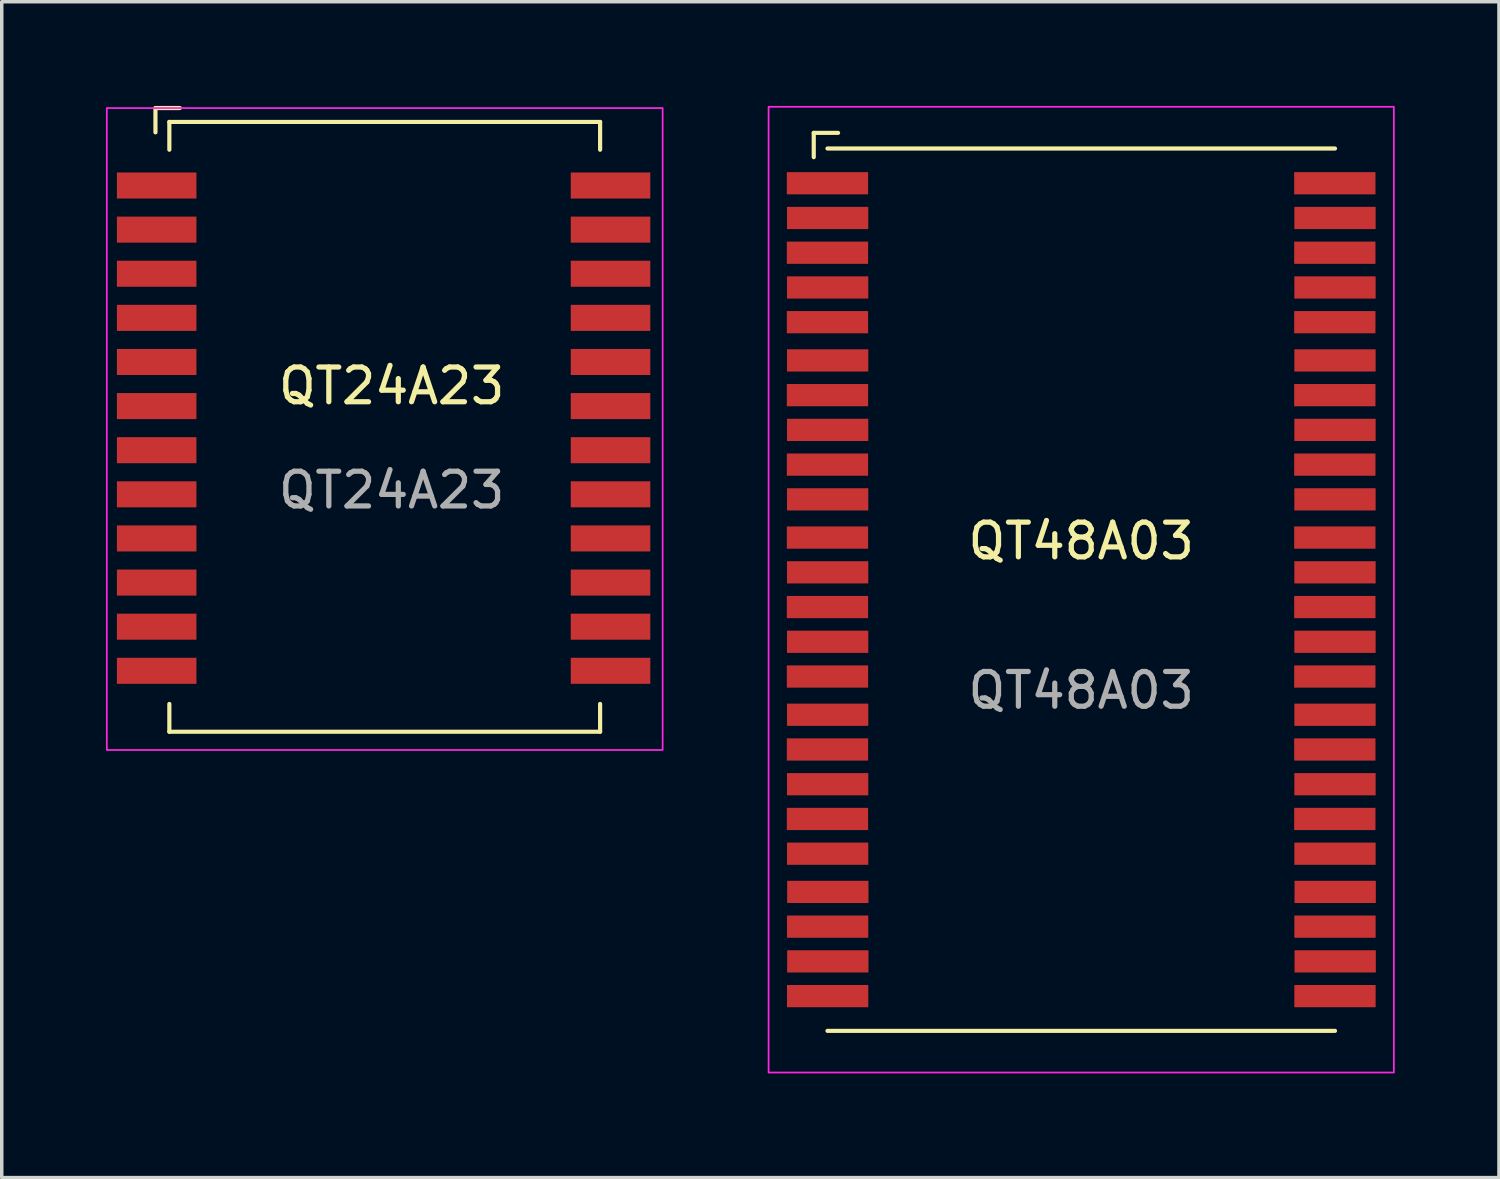
<source format=kicad_pcb>
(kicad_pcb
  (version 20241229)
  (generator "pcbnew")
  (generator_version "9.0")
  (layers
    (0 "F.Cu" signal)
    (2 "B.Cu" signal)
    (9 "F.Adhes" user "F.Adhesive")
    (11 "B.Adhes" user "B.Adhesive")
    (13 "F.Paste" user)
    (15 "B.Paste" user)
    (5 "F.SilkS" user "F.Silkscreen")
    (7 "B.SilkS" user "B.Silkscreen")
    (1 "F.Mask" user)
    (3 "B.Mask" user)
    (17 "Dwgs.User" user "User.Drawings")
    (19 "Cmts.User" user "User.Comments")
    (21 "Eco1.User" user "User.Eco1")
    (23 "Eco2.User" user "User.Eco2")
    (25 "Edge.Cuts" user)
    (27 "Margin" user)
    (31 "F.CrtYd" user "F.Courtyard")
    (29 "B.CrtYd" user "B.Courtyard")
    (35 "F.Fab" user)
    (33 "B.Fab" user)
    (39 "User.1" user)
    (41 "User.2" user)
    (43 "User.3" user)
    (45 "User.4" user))
  (footprint "QT24A23"
    (layer "F.Cu")
    (at 8.025 9.26)
    (property "Reference" "QT24A23" (at 0.2 -1.2 0) (unlocked yes) (layer "F.SilkS") (effects (font (size 1 1) (thickness 0.15))))
    (attr smd)
    (fp_line (start -6.6 -8.5) (end -6.6 -9.2) (stroke (width 0.12) (type default)) (layer "F.SilkS"))
    (fp_line (start -6.2 -8.8) (end 6.2 -8.8) (stroke (width 0.12) (type default)) (layer "F.SilkS"))
    (fp_line (start -6.2 -8) (end -6.2 -8.8) (stroke (width 0.12) (type default)) (layer "F.SilkS"))
    (fp_line (start -6.2 7.954) (end -6.2 8.754) (stroke (width 0.12) (type default)) (layer "F.SilkS"))
    (fp_line (start -6.2 8.754) (end 6.2 8.754) (stroke (width 0.12) (type default)) (layer "F.SilkS"))
    (fp_line (start -5.9 -9.2) (end -6.6 -9.2) (stroke (width 0.12) (type default)) (layer "F.SilkS"))
    (fp_line (start 6.2 -8.8) (end 6.2 -8) (stroke (width 0.12) (type default)) (layer "F.SilkS"))
    (fp_line (start 6.2 8.754) (end 6.2 7.954) (stroke (width 0.12) (type default)) (layer "F.SilkS"))
    (fp_rect (start -8 -9.2) (end 8 9.28) (stroke (width 0.05) (type default)) (fill no) (layer "F.CrtYd"))
    (fp_text user "${REFERENCE}" (at 0.2 1.8 0) (unlocked yes) (layer "F.Fab") (effects (font (size 1 1) (thickness 0.15))))
    (pad "1" smd rect (at -6.565 -6.97) (size 2.29 0.75) (layers "F.Cu" "F.Mask" "F.Paste"))
    (pad "2" smd rect (at -6.565 -5.7) (size 2.29 0.75) (layers "F.Cu" "F.Mask" "F.Paste"))
    (pad "3" smd rect (at -6.565 -4.43) (size 2.29 0.75) (layers "F.Cu" "F.Mask" "F.Paste"))
    (pad "4" smd rect (at -6.565 -3.16) (size 2.29 0.75) (layers "F.Cu" "F.Mask" "F.Paste"))
    (pad "5" smd rect (at -6.565 -1.89) (size 2.29 0.75) (layers "F.Cu" "F.Mask" "F.Paste"))
    (pad "6" smd rect (at -6.565 -0.62) (size 2.29 0.75) (layers "F.Cu" "F.Mask" "F.Paste"))
    (pad "7" smd rect (at -6.565 0.65) (size 2.29 0.75) (layers "F.Cu" "F.Mask" "F.Paste"))
    (pad "8" smd rect (at -6.565 1.92) (size 2.29 0.75) (layers "F.Cu" "F.Mask" "F.Paste"))
    (pad "9" smd rect (at -6.565 3.19) (size 2.29 0.75) (layers "F.Cu" "F.Mask" "F.Paste"))
    (pad "10" smd rect (at -6.565 4.46) (size 2.29 0.75) (layers "F.Cu" "F.Mask" "F.Paste"))
    (pad "11" smd rect (at -6.565 5.73) (size 2.29 0.75) (layers "F.Cu" "F.Mask" "F.Paste"))
    (pad "12" smd rect (at -6.565 7) (size 2.29 0.75) (layers "F.Cu" "F.Mask" "F.Paste"))
    (pad "13" smd rect (at 6.5 7) (size 2.29 0.75) (layers "F.Cu" "F.Mask" "F.Paste"))
    (pad "14" smd rect (at 6.5 5.73) (size 2.29 0.75) (layers "F.Cu" "F.Mask" "F.Paste"))
    (pad "15" smd rect (at 6.5 4.46) (size 2.29 0.75) (layers "F.Cu" "F.Mask" "F.Paste"))
    (pad "16" smd rect (at 6.5 3.19) (size 2.29 0.75) (layers "F.Cu" "F.Mask" "F.Paste"))
    (pad "17" smd rect (at 6.5 1.92) (size 2.29 0.75) (layers "F.Cu" "F.Mask" "F.Paste"))
    (pad "18" smd rect (at 6.5 0.65) (size 2.29 0.75) (layers "F.Cu" "F.Mask" "F.Paste"))
    (pad "19" smd rect (at 6.5 -0.62) (size 2.29 0.75) (layers "F.Cu" "F.Mask" "F.Paste"))
    (pad "20" smd rect (at 6.5 -1.89) (size 2.29 0.75) (layers "F.Cu" "F.Mask" "F.Paste"))
    (pad "21" smd rect (at 6.5 -3.16) (size 2.29 0.75) (layers "F.Cu" "F.Mask" "F.Paste"))
    (pad "22" smd rect (at 6.5 -4.43) (size 2.29 0.75) (layers "F.Cu" "F.Mask" "F.Paste"))
    (pad "23" smd rect (at 6.5 -5.7) (size 2.29 0.75) (layers "F.Cu" "F.Mask" "F.Paste"))
    (pad "24" smd rect (at 6.5 -6.97) (size 2.29 0.75) (layers "F.Cu" "F.Mask" "F.Paste")))
  (footprint "QT48A03"
    (layer "F.Cu")
    (at 28.075 13.925)
    (property "Reference" "QT48A03" (at 0 -1.4 0) (unlocked yes) (layer "F.SilkS") (effects (font (size 1 1) (thickness 0.15))))
    (attr smd)
    (fp_line (start -7.7 -12.45) (end -7.7 -13.15) (stroke (width 0.12) (type default)) (layer "F.SilkS"))
    (fp_line (start -7.305 -12.7) (end 7.305 -12.7) (stroke (width 0.12) (type default)) (layer "F.SilkS"))
    (fp_line (start -7.305 12.7) (end 7.305 12.7) (stroke (width 0.12) (type default)) (layer "F.SilkS"))
    (fp_line (start -7 -13.15) (end -7.7 -13.15) (stroke (width 0.12) (type default)) (layer "F.SilkS"))
    (fp_rect (start -9 -13.9) (end 9 13.9) (stroke (width 0.05) (type default)) (fill no) (layer "F.CrtYd"))
    (fp_text user "${REFERENCE}" (at 0 2.9 0) (unlocked yes) (layer "F.Fab") (effects (font (size 1 1) (thickness 0.15))))
    (pad "1" smd rect (at -7.305 -11.7) (size 2.34 0.64) (layers "F.Cu" "F.Mask" "F.Paste"))
    (pad "2" smd rect (at -7.3 -10.7) (size 2.34 0.64) (layers "F.Cu" "F.Mask" "F.Paste"))
    (pad "3" smd rect (at -7.305 -9.7) (size 2.34 0.64) (layers "F.Cu" "F.Mask" "F.Paste"))
    (pad "4" smd rect (at -7.3 -8.7) (size 2.34 0.64) (layers "F.Cu" "F.Mask" "F.Paste"))
    (pad "5" smd rect (at -7.305 -7.7) (size 2.34 0.64) (layers "F.Cu" "F.Mask" "F.Paste"))
    (pad "6" smd rect (at -7.3 -6.6) (size 2.34 0.64) (layers "F.Cu" "F.Mask" "F.Paste"))
    (pad "7" smd rect (at -7.305 -5.6) (size 2.34 0.64) (layers "F.Cu" "F.Mask" "F.Paste"))
    (pad "8" smd rect (at -7.3 -4.6) (size 2.34 0.64) (layers "F.Cu" "F.Mask" "F.Paste"))
    (pad "9" smd rect (at -7.305 -3.6) (size 2.34 0.64) (layers "F.Cu" "F.Mask" "F.Paste"))
    (pad "10" smd rect (at -7.3 -2.6) (size 2.34 0.64) (layers "F.Cu" "F.Mask" "F.Paste"))
    (pad "11" smd rect (at -7.305 -1.5) (size 2.34 0.64) (layers "F.Cu" "F.Mask" "F.Paste"))
    (pad "12" smd rect (at -7.3 -0.5) (size 2.34 0.64) (layers "F.Cu" "F.Mask" "F.Paste"))
    (pad "13" smd rect (at -7.305 0.5) (size 2.34 0.64) (layers "F.Cu" "F.Mask" "F.Paste"))
    (pad "14" smd rect (at -7.3 1.5) (size 2.34 0.64) (layers "F.Cu" "F.Mask" "F.Paste"))
    (pad "15" smd rect (at -7.305 2.5) (size 2.34 0.64) (layers "F.Cu" "F.Mask" "F.Paste"))
    (pad "16" smd rect (at -7.3 3.6) (size 2.34 0.64) (layers "F.Cu" "F.Mask" "F.Paste"))
    (pad "17" smd rect (at -7.305 4.6) (size 2.34 0.64) (layers "F.Cu" "F.Mask" "F.Paste"))
    (pad "18" smd rect (at -7.3 5.6) (size 2.34 0.64) (layers "F.Cu" "F.Mask" "F.Paste"))
    (pad "19" smd rect (at -7.305 6.6) (size 2.34 0.64) (layers "F.Cu" "F.Mask" "F.Paste"))
    (pad "20" smd rect (at -7.3 7.6) (size 2.34 0.64) (layers "F.Cu" "F.Mask" "F.Paste"))
    (pad "21" smd rect (at -7.295 8.7) (size 2.34 0.64) (layers "F.Cu" "F.Mask" "F.Paste"))
    (pad "22" smd rect (at -7.3 9.7) (size 2.34 0.64) (layers "F.Cu" "F.Mask" "F.Paste"))
    (pad "23" smd rect (at -7.295 10.7) (size 2.34 0.64) (layers "F.Cu" "F.Mask" "F.Paste"))
    (pad "24" smd rect (at -7.3 11.7) (size 2.34 0.64) (layers "F.Cu" "F.Mask" "F.Paste"))
    (pad "25" smd rect (at 7.305 11.7) (size 2.34 0.64) (layers "F.Cu" "F.Mask" "F.Paste"))
    (pad "26" smd rect (at 7.31 10.7) (size 2.34 0.64) (layers "F.Cu" "F.Mask" "F.Paste"))
    (pad "27" smd rect (at 7.305 9.7) (size 2.34 0.64) (layers "F.Cu" "F.Mask" "F.Paste"))
    (pad "28" smd rect (at 7.31 8.7) (size 2.34 0.64) (layers "F.Cu" "F.Mask" "F.Paste"))
    (pad "29" smd rect (at 7.305 7.6) (size 2.34 0.64) (layers "F.Cu" "F.Mask" "F.Paste"))
    (pad "30" smd rect (at 7.3 6.6) (size 2.34 0.64) (layers "F.Cu" "F.Mask" "F.Paste"))
    (pad "31" smd rect (at 7.305 5.6) (size 2.34 0.64) (layers "F.Cu" "F.Mask" "F.Paste"))
    (pad "32" smd rect (at 7.3 4.6) (size 2.34 0.64) (layers "F.Cu" "F.Mask" "F.Paste"))
    (pad "33" smd rect (at 7.305 3.6) (size 2.34 0.64) (layers "F.Cu" "F.Mask" "F.Paste"))
    (pad "34" smd rect (at 7.3 2.5) (size 2.34 0.64) (layers "F.Cu" "F.Mask" "F.Paste"))
    (pad "35" smd rect (at 7.305 1.5) (size 2.34 0.64) (layers "F.Cu" "F.Mask" "F.Paste"))
    (pad "36" smd rect (at 7.3 0.5) (size 2.34 0.64) (layers "F.Cu" "F.Mask" "F.Paste"))
    (pad "37" smd rect (at 7.305 -0.5) (size 2.34 0.64) (layers "F.Cu" "F.Mask" "F.Paste"))
    (pad "38" smd rect (at 7.3 -1.5) (size 2.34 0.64) (layers "F.Cu" "F.Mask" "F.Paste"))
    (pad "39" smd rect (at 7.305 -2.6) (size 2.34 0.64) (layers "F.Cu" "F.Mask" "F.Paste"))
    (pad "40" smd rect (at 7.3 -3.6) (size 2.34 0.64) (layers "F.Cu" "F.Mask" "F.Paste"))
    (pad "41" smd rect (at 7.305 -4.6) (size 2.34 0.64) (layers "F.Cu" "F.Mask" "F.Paste"))
    (pad "42" smd rect (at 7.3 -5.6) (size 2.34 0.64) (layers "F.Cu" "F.Mask" "F.Paste"))
    (pad "43" smd rect (at 7.305 -6.6) (size 2.34 0.64) (layers "F.Cu" "F.Mask" "F.Paste"))
    (pad "44" smd rect (at 7.3 -7.7) (size 2.34 0.64) (layers "F.Cu" "F.Mask" "F.Paste"))
    (pad "45" smd rect (at 7.305 -8.7) (size 2.34 0.64) (layers "F.Cu" "F.Mask" "F.Paste"))
    (pad "46" smd rect (at 7.3 -9.7) (size 2.34 0.64) (layers "F.Cu" "F.Mask" "F.Paste"))
    (pad "47" smd rect (at 7.305 -10.7) (size 2.34 0.64) (layers "F.Cu" "F.Mask" "F.Paste"))
    (pad "48" smd rect (at 7.3 -11.7) (size 2.34 0.64) (layers "F.Cu" "F.Mask" "F.Paste")))
  (gr_rect
    (start -3 -3)
    (end 40.1 30.85)
    (stroke (width 0.1) (type default))
    (fill no)
    (layer "Edge.Cuts")))
</source>
